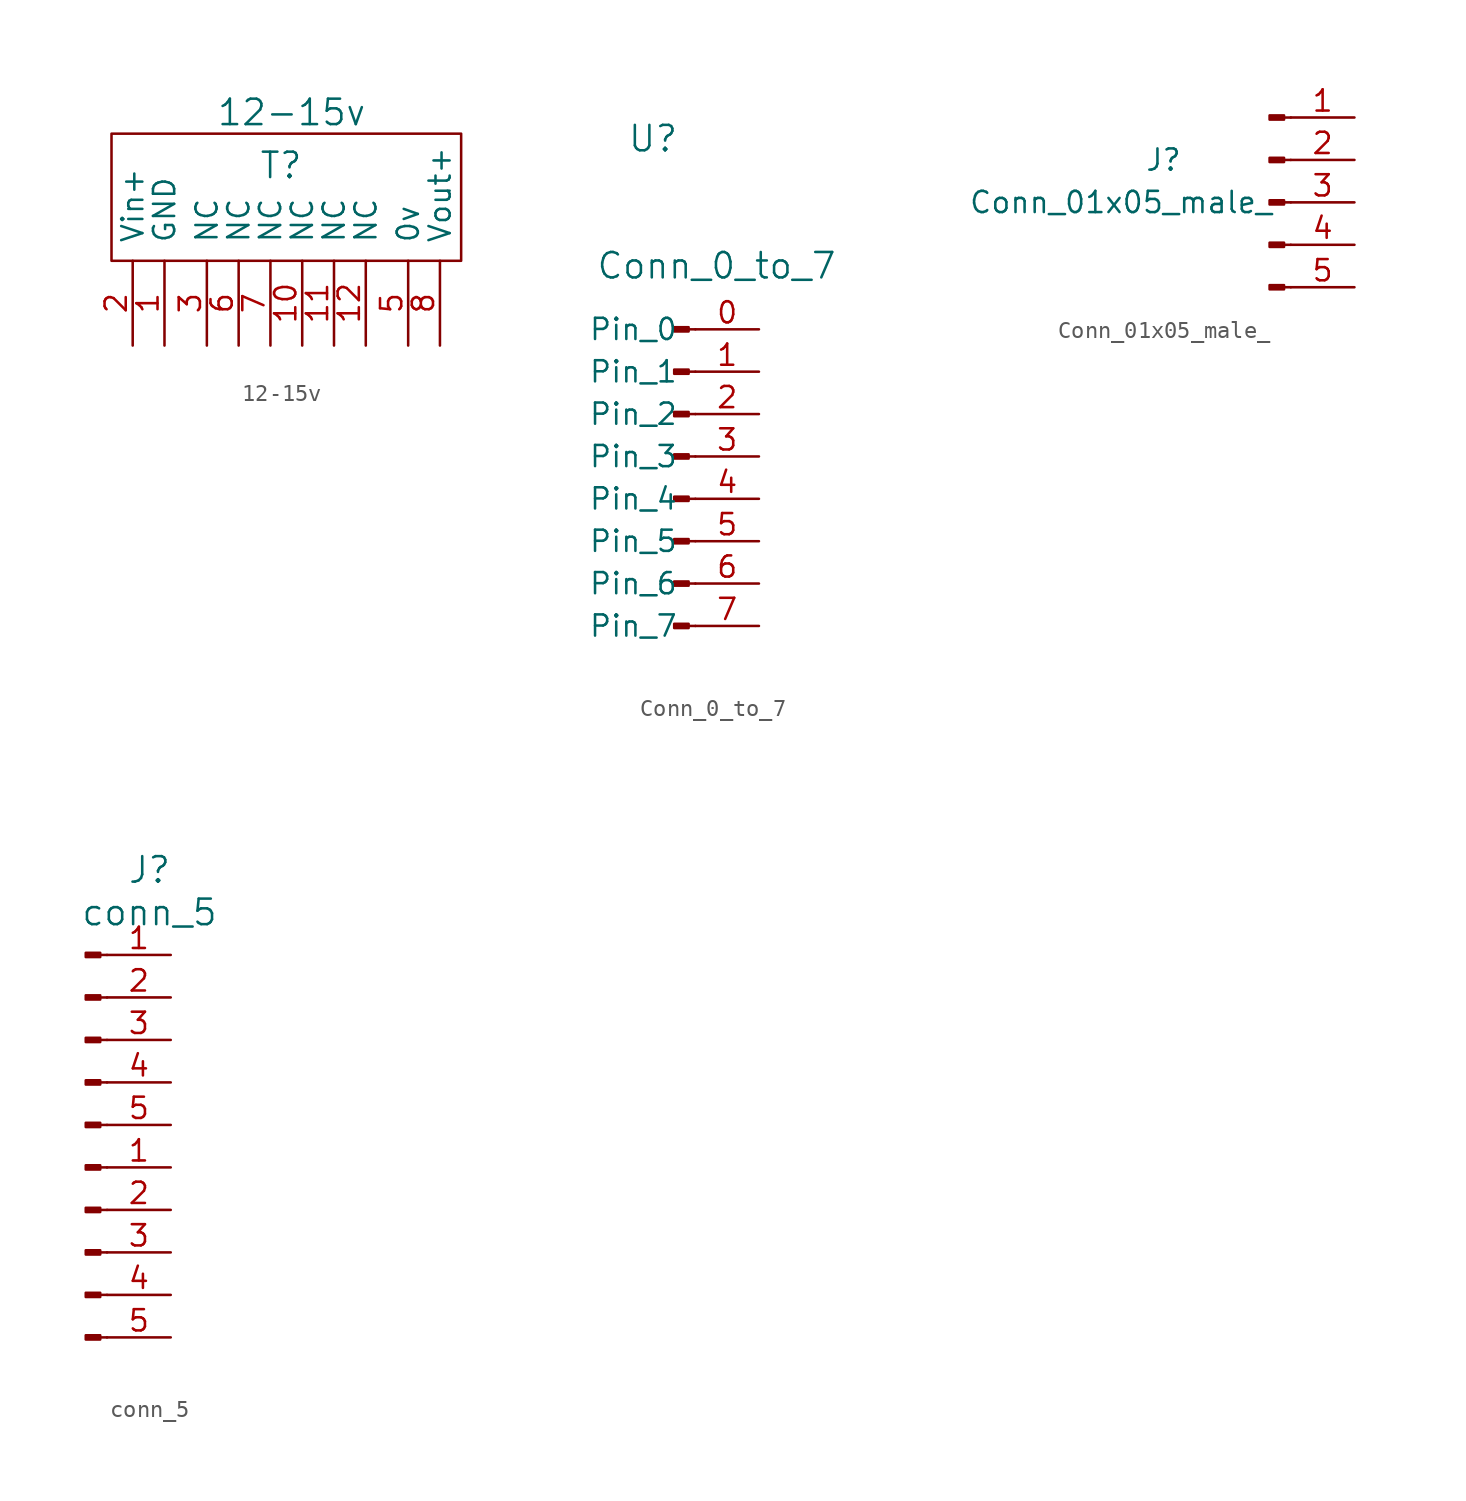
<source format=kicad_sym>
(kicad_symbol_lib
  (version 20211014)
  (generator kicad_symbol_editor)
  (symbol "12-15v"
    (pin_names
      (offset 1.016))
    (property "Reference" "T"
      (at 0 0 0)
      (effects (font (size 1.524 1.524))))
    (property "Value" "12-15v"
      (at 0.635 3.175 0)
      (effects (font (size 1.524 1.524))))
    (symbol "12-15v_0_1"
      (rectangle (start -10.16 1.905) (end 10.795 -5.715) (stroke (width 0) (type default) (color 0 0 0 0)) (fill (type none))))
    (symbol "12-15v_1_1"
      (pin input line (at -6.985 -10.795 90) (length 5.08) (name "GND" (effects (font (size 1.27 1.27)))) (number "1" (effects (font (size 1.27 1.27)))))
      (pin output line (at 1.27 -10.795 90) (length 5.08) (name "NC" (effects (font (size 1.27 1.27)))) (number "10" (effects (font (size 1.27 1.27)))))
      (pin output line (at 3.175 -10.795 90) (length 5.08) (name "NC" (effects (font (size 1.27 1.27)))) (number "11" (effects (font (size 1.27 1.27)))))
      (pin output line (at 5.08 -10.795 90) (length 5.08) (name "NC" (effects (font (size 1.27 1.27)))) (number "12" (effects (font (size 1.27 1.27)))))
      (pin input line (at -8.89 -10.795 90) (length 5.08) (name "Vin+" (effects (font (size 1.27 1.27)))) (number "2" (effects (font (size 1.27 1.27)))))
      (pin output line (at -4.445 -10.795 90) (length 5.08) (name "NC" (effects (font (size 1.27 1.27)))) (number "3" (effects (font (size 1.27 1.27)))))
      (pin output line (at 7.62 -10.795 90) (length 5.08) (name "0v" (effects (font (size 1.27 1.27)))) (number "5" (effects (font (size 1.27 1.27)))))
      (pin output line (at -2.54 -10.795 90) (length 5.08) (name "NC" (effects (font (size 1.27 1.27)))) (number "6" (effects (font (size 1.27 1.27)))))
      (pin output line (at -0.635 -10.795 90) (length 5.08) (name "NC" (effects (font (size 1.27 1.27)))) (number "7" (effects (font (size 1.27 1.27)))))
      (pin output line (at 9.525 -10.795 90) (length 5.08) (name "Vout+" (effects (font (size 1.27 1.27)))) (number "8" (effects (font (size 1.27 1.27)))))))
  (symbol "Conn_0_to_7"
    (pin_names
      (offset 1.016))
    (property "Reference" "U"
      (at -2.54 17.78 0)
      (effects (font (size 1.524 1.524))))
    (property "Value" "Conn_0_to_7"
      (at 1.27 10.16 0)
      (effects (font (size 1.524 1.524))))
    (symbol "Conn_0_to_7_1_1"
      (rectangle (start -0.406 -11.303) (end -1.27 -11.557) (stroke (width 0.152) (type default) (color 0 0 0 0)) (fill (type outline)))
      (rectangle (start -0.406 -8.763) (end -1.27 -9.017) (stroke (width 0.152) (type default) (color 0 0 0 0)) (fill (type outline)))
      (rectangle (start -0.406 -6.223) (end -1.27 -6.477) (stroke (width 0.152) (type default) (color 0 0 0 0)) (fill (type outline)))
      (rectangle (start -0.406 -3.683) (end -1.27 -3.937) (stroke (width 0.152) (type default) (color 0 0 0 0)) (fill (type outline)))
      (rectangle (start -0.406 -1.143) (end -1.27 -1.397) (stroke (width 0.152) (type default) (color 0 0 0 0)) (fill (type outline)))
      (rectangle (start -0.406 1.397) (end -1.27 1.143) (stroke (width 0.152) (type default) (color 0 0 0 0)) (fill (type outline)))
      (rectangle (start -0.406 3.937) (end -1.27 3.683) (stroke (width 0.152) (type default) (color 0 0 0 0)) (fill (type outline)))
      (rectangle (start -0.406 6.477) (end -1.27 6.223) (stroke (width 0.152) (type default) (color 0 0 0 0)) (fill (type outline)))
      (polyline (pts (xy 0 -11.43) (xy -0.406 -11.43)) (stroke (width 0.152) (type default) (color 0 0 0 0)) (fill (type none)))
      (polyline (pts (xy 0 -8.89) (xy -0.406 -8.89)) (stroke (width 0.152) (type default) (color 0 0 0 0)) (fill (type none)))
      (polyline (pts (xy 0 -6.35) (xy -0.406 -6.35)) (stroke (width 0.152) (type default) (color 0 0 0 0)) (fill (type none)))
      (polyline (pts (xy 0 -3.81) (xy -0.406 -3.81)) (stroke (width 0.152) (type default) (color 0 0 0 0)) (fill (type none)))
      (polyline (pts (xy 0 -1.27) (xy -0.406 -1.27)) (stroke (width 0.152) (type default) (color 0 0 0 0)) (fill (type none)))
      (polyline (pts (xy 0 1.27) (xy -0.406 1.27)) (stroke (width 0.152) (type default) (color 0 0 0 0)) (fill (type none)))
      (polyline (pts (xy 0 3.81) (xy -0.406 3.81)) (stroke (width 0.152) (type default) (color 0 0 0 0)) (fill (type none)))
      (polyline (pts (xy 0 6.35) (xy -0.406 6.35)) (stroke (width 0.152) (type default) (color 0 0 0 0)) (fill (type none)))
      (pin passive line (at 3.81 6.35 180) (length 3.81) (name "Pin_0" (effects (font (size 1.27 1.27)))) (number "0" (effects (font (size 1.27 1.27)))))
      (pin passive line (at 3.81 3.81 180) (length 3.81) (name "Pin_1" (effects (font (size 1.27 1.27)))) (number "1" (effects (font (size 1.27 1.27)))))
      (pin passive line (at 3.81 1.27 180) (length 3.81) (name "Pin_2" (effects (font (size 1.27 1.27)))) (number "2" (effects (font (size 1.27 1.27)))))
      (pin passive line (at 3.81 -1.27 180) (length 3.81) (name "Pin_3" (effects (font (size 1.27 1.27)))) (number "3" (effects (font (size 1.27 1.27)))))
      (pin passive line (at 3.81 -3.81 180) (length 3.81) (name "Pin_4" (effects (font (size 1.27 1.27)))) (number "4" (effects (font (size 1.27 1.27)))))
      (pin passive line (at 3.81 -6.35 180) (length 3.81) (name "Pin_5" (effects (font (size 1.27 1.27)))) (number "5" (effects (font (size 1.27 1.27)))))
      (pin passive line (at 3.81 -8.89 180) (length 3.81) (name "Pin_6" (effects (font (size 1.27 1.27)))) (number "6" (effects (font (size 1.27 1.27)))))
      (pin passive line (at 3.81 -11.43 180) (length 3.81) (name "Pin_7" (effects (font (size 1.27 1.27)))) (number "7" (effects (font (size 1.27 1.27)))))))
  (symbol "Conn_01x05_male_"
    (pin_names
      (offset 1.016) hide)
    (property "Reference" "J"
      (at -6.35 2.54 0)
      (effects (font (size 1.27 1.27))))
    (property "Value" "Conn_01x05_male_"
      (at -8.89 0 0)
      (effects (font (size 1.27 1.27))))
    (symbol "Conn_01x05_male__1_1"
      (polyline (pts (xy 1.27 -5.08) (xy 0.864 -5.08)) (stroke (width 0.152) (type default) (color 0 0 0 0)) (fill (type none)))
      (polyline (pts (xy 1.27 -2.54) (xy 0.864 -2.54)) (stroke (width 0.152) (type default) (color 0 0 0 0)) (fill (type none)))
      (polyline (pts (xy 1.27 0) (xy 0.864 0)) (stroke (width 0.152) (type default) (color 0 0 0 0)) (fill (type none)))
      (polyline (pts (xy 1.27 2.54) (xy 0.864 2.54)) (stroke (width 0.152) (type default) (color 0 0 0 0)) (fill (type none)))
      (polyline (pts (xy 1.27 5.08) (xy 0.864 5.08)) (stroke (width 0.152) (type default) (color 0 0 0 0)) (fill (type none)))
      (rectangle (start 0.864 -4.953) (end 0 -5.207) (stroke (width 0.152) (type default) (color 0 0 0 0)) (fill (type outline)))
      (rectangle (start 0.864 -2.413) (end 0 -2.667) (stroke (width 0.152) (type default) (color 0 0 0 0)) (fill (type outline)))
      (rectangle (start 0.864 0.127) (end 0 -0.127) (stroke (width 0.152) (type default) (color 0 0 0 0)) (fill (type outline)))
      (rectangle (start 0.864 2.667) (end 0 2.413) (stroke (width 0.152) (type default) (color 0 0 0 0)) (fill (type outline)))
      (rectangle (start 0.864 5.207) (end 0 4.953) (stroke (width 0.152) (type default) (color 0 0 0 0)) (fill (type outline)))
      (pin passive line (at 5.08 5.08 180) (length 3.81) (name "Pin_1" (effects (font (size 1.27 1.27)))) (number "1" (effects (font (size 1.27 1.27)))))
      (pin passive line (at 5.08 2.54 180) (length 3.81) (name "Pin_2" (effects (font (size 1.27 1.27)))) (number "2" (effects (font (size 1.27 1.27)))))
      (pin passive line (at 5.08 0 180) (length 3.81) (name "Pin_3" (effects (font (size 1.27 1.27)))) (number "3" (effects (font (size 1.27 1.27)))))
      (pin passive line (at 5.08 -2.54 180) (length 3.81) (name "Pin_4" (effects (font (size 1.27 1.27)))) (number "4" (effects (font (size 1.27 1.27)))))
      (pin passive line (at 5.08 -5.08 180) (length 3.81) (name "Pin_5" (effects (font (size 1.27 1.27)))) (number "5" (effects (font (size 1.27 1.27)))))))
  (symbol "conn_5"
    (pin_names
      (offset 1.016))
    (property "Reference" "J"
      (at 0 15.24 0)
      (effects (font (size 1.524 1.524))))
    (property "Value" "conn_5"
      (at 0 12.7 0)
      (effects (font (size 1.524 1.524))))
    (symbol "conn_5_1_1"
      (rectangle (start -2.946 -12.573) (end -3.81 -12.827) (stroke (width 0.152) (type default) (color 0 0 0 0)) (fill (type outline)))
      (rectangle (start -2.946 -10.033) (end -3.81 -10.287) (stroke (width 0.152) (type default) (color 0 0 0 0)) (fill (type outline)))
      (rectangle (start -2.946 -7.493) (end -3.81 -7.747) (stroke (width 0.152) (type default) (color 0 0 0 0)) (fill (type outline)))
      (rectangle (start -2.946 -4.953) (end -3.81 -5.207) (stroke (width 0.152) (type default) (color 0 0 0 0)) (fill (type outline)))
      (rectangle (start -2.946 -2.413) (end -3.81 -2.667) (stroke (width 0.152) (type default) (color 0 0 0 0)) (fill (type outline)))
      (rectangle (start -2.946 0.127) (end -3.81 -0.127) (stroke (width 0.152) (type default) (color 0 0 0 0)) (fill (type outline)))
      (rectangle (start -2.946 2.667) (end -3.81 2.413) (stroke (width 0.152) (type default) (color 0 0 0 0)) (fill (type outline)))
      (rectangle (start -2.946 5.207) (end -3.81 4.953) (stroke (width 0.152) (type default) (color 0 0 0 0)) (fill (type outline)))
      (rectangle (start -2.946 7.747) (end -3.81 7.493) (stroke (width 0.152) (type default) (color 0 0 0 0)) (fill (type outline)))
      (rectangle (start -2.946 10.287) (end -3.81 10.033) (stroke (width 0.152) (type default) (color 0 0 0 0)) (fill (type outline)))
      (polyline (pts (xy -2.54 -12.7) (xy -2.946 -12.7)) (stroke (width 0.152) (type default) (color 0 0 0 0)) (fill (type none)))
      (polyline (pts (xy -2.54 -10.16) (xy -2.946 -10.16)) (stroke (width 0.152) (type default) (color 0 0 0 0)) (fill (type none)))
      (polyline (pts (xy -2.54 -7.62) (xy -2.946 -7.62)) (stroke (width 0.152) (type default) (color 0 0 0 0)) (fill (type none)))
      (polyline (pts (xy -2.54 -5.08) (xy -2.946 -5.08)) (stroke (width 0.152) (type default) (color 0 0 0 0)) (fill (type none)))
      (polyline (pts (xy -2.54 -2.54) (xy -2.946 -2.54)) (stroke (width 0.152) (type default) (color 0 0 0 0)) (fill (type none)))
      (polyline (pts (xy -2.54 0) (xy -2.946 0)) (stroke (width 0.152) (type default) (color 0 0 0 0)) (fill (type none)))
      (polyline (pts (xy -2.54 2.54) (xy -2.946 2.54)) (stroke (width 0.152) (type default) (color 0 0 0 0)) (fill (type none)))
      (polyline (pts (xy -2.54 5.08) (xy -2.946 5.08)) (stroke (width 0.152) (type default) (color 0 0 0 0)) (fill (type none)))
      (polyline (pts (xy -2.54 7.62) (xy -2.946 7.62)) (stroke (width 0.152) (type default) (color 0 0 0 0)) (fill (type none)))
      (polyline (pts (xy -2.54 10.16) (xy -2.946 10.16)) (stroke (width 0.152) (type default) (color 0 0 0 0)) (fill (type none)))
      (pin passive line (at 1.27 -2.54 180) (length 3.81) (name "~" (effects (font (size 1.27 1.27)))) (number "1" (effects (font (size 1.27 1.27)))))
      (pin passive line (at 1.27 10.16 180) (length 3.81) (name "~" (effects (font (size 1.27 1.27)))) (number "1" (effects (font (size 1.27 1.27)))))
      (pin passive line (at 1.27 -5.08 180) (length 3.81) (name "~" (effects (font (size 1.27 1.27)))) (number "2" (effects (font (size 1.27 1.27)))))
      (pin passive line (at 1.27 7.62 180) (length 3.81) (name "~" (effects (font (size 1.27 1.27)))) (number "2" (effects (font (size 1.27 1.27)))))
      (pin passive line (at 1.27 -7.62 180) (length 3.81) (name "~" (effects (font (size 1.27 1.27)))) (number "3" (effects (font (size 1.27 1.27)))))
      (pin passive line (at 1.27 5.08 180) (length 3.81) (name "~" (effects (font (size 1.27 1.27)))) (number "3" (effects (font (size 1.27 1.27)))))
      (pin passive line (at 1.27 -10.16 180) (length 3.81) (name "~" (effects (font (size 1.27 1.27)))) (number "4" (effects (font (size 1.27 1.27)))))
      (pin passive line (at 1.27 2.54 180) (length 3.81) (name "~" (effects (font (size 1.27 1.27)))) (number "4" (effects (font (size 1.27 1.27)))))
      (pin passive line (at 1.27 -12.7 180) (length 3.81) (name "~" (effects (font (size 1.27 1.27)))) (number "5" (effects (font (size 1.27 1.27)))))
      (pin passive line (at 1.27 0 180) (length 3.81) (name "~" (effects (font (size 1.27 1.27)))) (number "5" (effects (font (size 1.27 1.27))))))))
</source>
